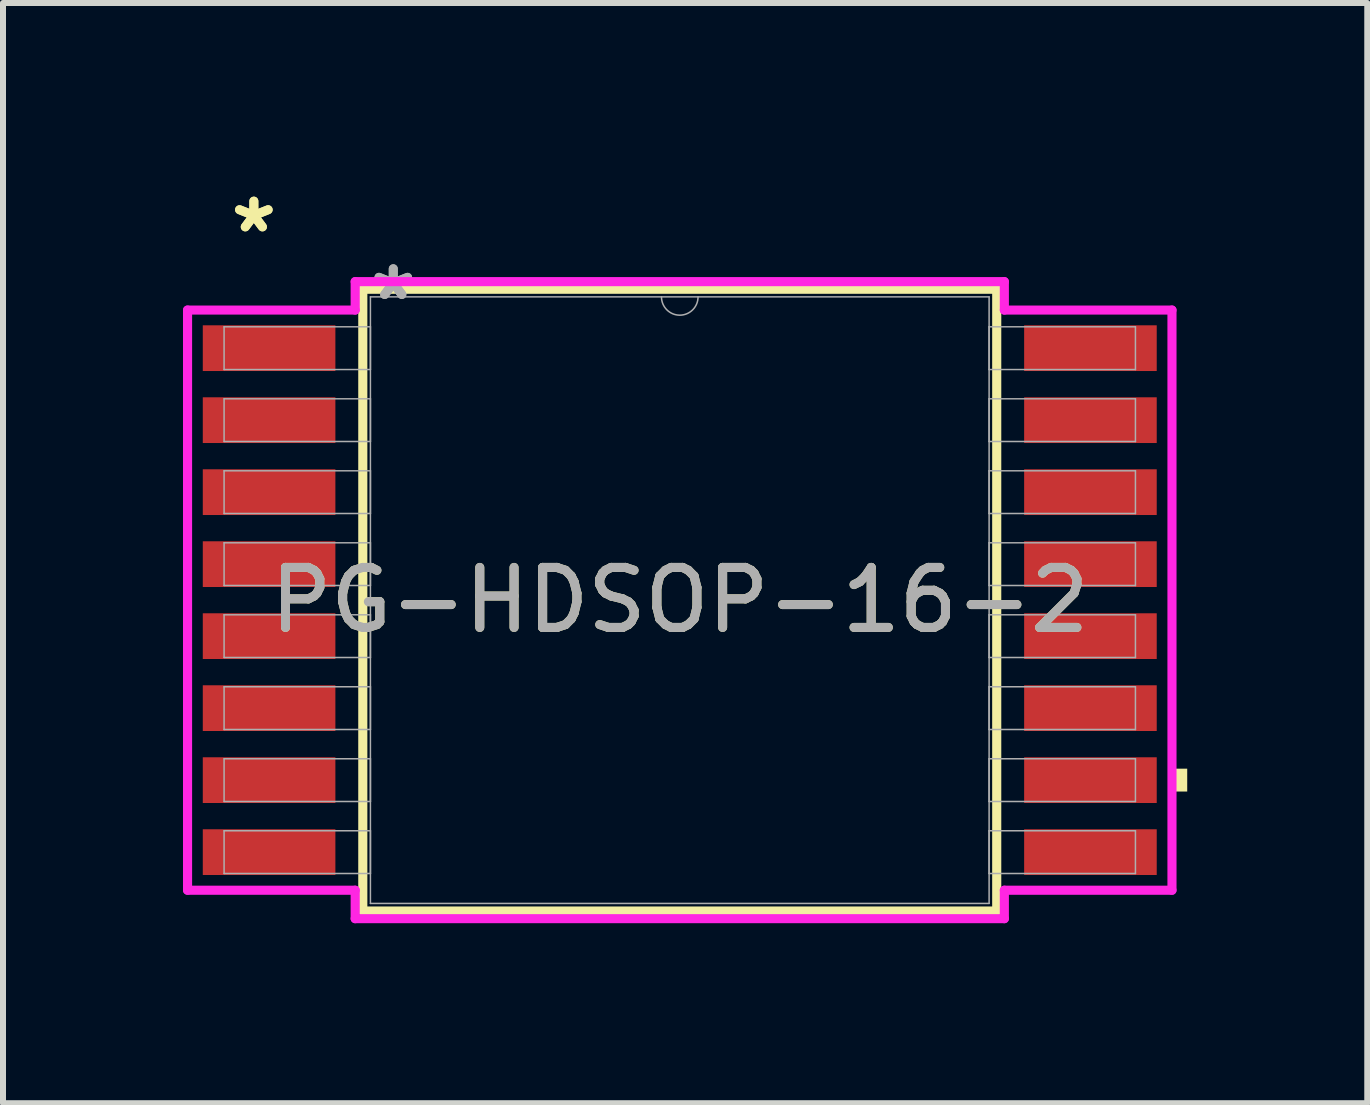
<source format=kicad_pcb>
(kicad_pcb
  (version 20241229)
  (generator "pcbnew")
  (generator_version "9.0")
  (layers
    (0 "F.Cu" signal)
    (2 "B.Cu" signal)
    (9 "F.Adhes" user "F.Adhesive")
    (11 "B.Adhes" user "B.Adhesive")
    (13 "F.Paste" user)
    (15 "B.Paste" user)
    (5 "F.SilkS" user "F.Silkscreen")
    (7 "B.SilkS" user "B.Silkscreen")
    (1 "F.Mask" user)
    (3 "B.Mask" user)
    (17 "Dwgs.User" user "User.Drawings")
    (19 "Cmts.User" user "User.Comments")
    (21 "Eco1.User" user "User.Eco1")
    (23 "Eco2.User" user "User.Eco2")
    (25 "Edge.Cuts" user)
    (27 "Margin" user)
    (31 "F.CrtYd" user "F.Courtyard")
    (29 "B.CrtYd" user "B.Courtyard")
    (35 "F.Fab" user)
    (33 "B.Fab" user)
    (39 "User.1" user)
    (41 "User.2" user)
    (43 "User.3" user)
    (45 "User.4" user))
  (footprint "PG-HDSOP-16-2"
    (layer "F.Cu")
    (at 8.28 6.953)
    (property "Reference" "PG-HDSOP-16-2" (at 0 0 0) (unlocked yes) (layer "F.SilkS") (effects (font (size 1 1) (thickness 0.15))))
    (attr smd)
    (fp_line (start -5.283 -5.182) (end -5.283 5.182) (stroke (width 0.152) (type solid)) (layer "F.SilkS"))
    (fp_line (start -5.283 5.182) (end 5.283 5.182) (stroke (width 0.152) (type solid)) (layer "F.SilkS"))
    (fp_line (start 5.283 -5.182) (end -5.283 -5.182) (stroke (width 0.152) (type solid)) (layer "F.SilkS"))
    (fp_line (start 5.283 5.182) (end 5.283 -5.182) (stroke (width 0.152) (type solid)) (layer "F.SilkS"))
    (fp_poly (pts (xy 8.458 2.809) (xy 8.458 3.19) (xy 8.204 3.19) (xy 8.204 2.809)) (stroke (width 0) (type solid)) (fill yes) (layer "F.SilkS"))
    (fp_line (start -8.204 -4.835) (end -5.41 -4.835) (stroke (width 0.152) (type solid)) (layer "F.CrtYd"))
    (fp_line (start -8.204 4.835) (end -8.204 -4.835) (stroke (width 0.152) (type solid)) (layer "F.CrtYd"))
    (fp_line (start -8.204 4.835) (end -5.41 4.835) (stroke (width 0.152) (type solid)) (layer "F.CrtYd"))
    (fp_line (start -5.41 -5.309) (end 5.41 -5.309) (stroke (width 0.152) (type solid)) (layer "F.CrtYd"))
    (fp_line (start -5.41 -4.835) (end -5.41 -5.309) (stroke (width 0.152) (type solid)) (layer "F.CrtYd"))
    (fp_line (start -5.41 5.309) (end -5.41 4.835) (stroke (width 0.152) (type solid)) (layer "F.CrtYd"))
    (fp_line (start 5.41 -5.309) (end 5.41 -4.835) (stroke (width 0.152) (type solid)) (layer "F.CrtYd"))
    (fp_line (start 5.41 4.835) (end 5.41 5.309) (stroke (width 0.152) (type solid)) (layer "F.CrtYd"))
    (fp_line (start 5.41 5.309) (end -5.41 5.309) (stroke (width 0.152) (type solid)) (layer "F.CrtYd"))
    (fp_line (start 8.204 -4.835) (end 5.41 -4.835) (stroke (width 0.152) (type solid)) (layer "F.CrtYd"))
    (fp_line (start 8.204 -4.835) (end 8.204 4.835) (stroke (width 0.152) (type solid)) (layer "F.CrtYd"))
    (fp_line (start 8.204 4.835) (end 5.41 4.835) (stroke (width 0.152) (type solid)) (layer "F.CrtYd"))
    (fp_line (start -7.595 -4.556) (end -7.595 -3.844) (stroke (width 0.025) (type solid)) (layer "F.Fab"))
    (fp_line (start -7.595 -3.844) (end -5.156 -3.844) (stroke (width 0.025) (type solid)) (layer "F.Fab"))
    (fp_line (start -7.595 -3.356) (end -7.595 -2.644) (stroke (width 0.025) (type solid)) (layer "F.Fab"))
    (fp_line (start -7.595 -2.644) (end -5.156 -2.644) (stroke (width 0.025) (type solid)) (layer "F.Fab"))
    (fp_line (start -7.595 -2.156) (end -7.595 -1.444) (stroke (width 0.025) (type solid)) (layer "F.Fab"))
    (fp_line (start -7.595 -1.444) (end -5.156 -1.444) (stroke (width 0.025) (type solid)) (layer "F.Fab"))
    (fp_line (start -7.595 -0.956) (end -7.595 -0.244) (stroke (width 0.025) (type solid)) (layer "F.Fab"))
    (fp_line (start -7.595 -0.244) (end -5.156 -0.244) (stroke (width 0.025) (type solid)) (layer "F.Fab"))
    (fp_line (start -7.595 0.244) (end -7.595 0.956) (stroke (width 0.025) (type solid)) (layer "F.Fab"))
    (fp_line (start -7.595 0.956) (end -5.156 0.956) (stroke (width 0.025) (type solid)) (layer "F.Fab"))
    (fp_line (start -7.595 1.444) (end -7.595 2.156) (stroke (width 0.025) (type solid)) (layer "F.Fab"))
    (fp_line (start -7.595 2.156) (end -5.156 2.156) (stroke (width 0.025) (type solid)) (layer "F.Fab"))
    (fp_line (start -7.595 2.644) (end -7.595 3.356) (stroke (width 0.025) (type solid)) (layer "F.Fab"))
    (fp_line (start -7.595 3.356) (end -5.156 3.356) (stroke (width 0.025) (type solid)) (layer "F.Fab"))
    (fp_line (start -7.595 3.844) (end -7.595 4.556) (stroke (width 0.025) (type solid)) (layer "F.Fab"))
    (fp_line (start -7.595 4.556) (end -5.156 4.556) (stroke (width 0.025) (type solid)) (layer "F.Fab"))
    (fp_line (start -5.156 -5.055) (end -5.156 5.055) (stroke (width 0.025) (type solid)) (layer "F.Fab"))
    (fp_line (start -5.156 -4.556) (end -7.595 -4.556) (stroke (width 0.025) (type solid)) (layer "F.Fab"))
    (fp_line (start -5.156 -3.844) (end -5.156 -4.556) (stroke (width 0.025) (type solid)) (layer "F.Fab"))
    (fp_line (start -5.156 -3.356) (end -7.595 -3.356) (stroke (width 0.025) (type solid)) (layer "F.Fab"))
    (fp_line (start -5.156 -2.644) (end -5.156 -3.356) (stroke (width 0.025) (type solid)) (layer "F.Fab"))
    (fp_line (start -5.156 -2.156) (end -7.595 -2.156) (stroke (width 0.025) (type solid)) (layer "F.Fab"))
    (fp_line (start -5.156 -1.444) (end -5.156 -2.156) (stroke (width 0.025) (type solid)) (layer "F.Fab"))
    (fp_line (start -5.156 -0.956) (end -7.595 -0.956) (stroke (width 0.025) (type solid)) (layer "F.Fab"))
    (fp_line (start -5.156 -0.244) (end -5.156 -0.956) (stroke (width 0.025) (type solid)) (layer "F.Fab"))
    (fp_line (start -5.156 0.244) (end -7.595 0.244) (stroke (width 0.025) (type solid)) (layer "F.Fab"))
    (fp_line (start -5.156 0.956) (end -5.156 0.244) (stroke (width 0.025) (type solid)) (layer "F.Fab"))
    (fp_line (start -5.156 1.444) (end -7.595 1.444) (stroke (width 0.025) (type solid)) (layer "F.Fab"))
    (fp_line (start -5.156 2.156) (end -5.156 1.444) (stroke (width 0.025) (type solid)) (layer "F.Fab"))
    (fp_line (start -5.156 2.644) (end -7.595 2.644) (stroke (width 0.025) (type solid)) (layer "F.Fab"))
    (fp_line (start -5.156 3.356) (end -5.156 2.644) (stroke (width 0.025) (type solid)) (layer "F.Fab"))
    (fp_line (start -5.156 3.844) (end -7.595 3.844) (stroke (width 0.025) (type solid)) (layer "F.Fab"))
    (fp_line (start -5.156 4.556) (end -5.156 3.844) (stroke (width 0.025) (type solid)) (layer "F.Fab"))
    (fp_line (start -5.156 5.055) (end 5.156 5.055) (stroke (width 0.025) (type solid)) (layer "F.Fab"))
    (fp_line (start 5.156 -5.055) (end -5.156 -5.055) (stroke (width 0.025) (type solid)) (layer "F.Fab"))
    (fp_line (start 5.156 -4.556) (end 5.156 -3.844) (stroke (width 0.025) (type solid)) (layer "F.Fab"))
    (fp_line (start 5.156 -3.844) (end 7.595 -3.844) (stroke (width 0.025) (type solid)) (layer "F.Fab"))
    (fp_line (start 5.156 -3.356) (end 5.156 -2.644) (stroke (width 0.025) (type solid)) (layer "F.Fab"))
    (fp_line (start 5.156 -2.644) (end 7.595 -2.644) (stroke (width 0.025) (type solid)) (layer "F.Fab"))
    (fp_line (start 5.156 -2.156) (end 5.156 -1.444) (stroke (width 0.025) (type solid)) (layer "F.Fab"))
    (fp_line (start 5.156 -1.444) (end 7.595 -1.444) (stroke (width 0.025) (type solid)) (layer "F.Fab"))
    (fp_line (start 5.156 -0.956) (end 5.156 -0.244) (stroke (width 0.025) (type solid)) (layer "F.Fab"))
    (fp_line (start 5.156 -0.244) (end 7.595 -0.244) (stroke (width 0.025) (type solid)) (layer "F.Fab"))
    (fp_line (start 5.156 0.244) (end 5.156 0.956) (stroke (width 0.025) (type solid)) (layer "F.Fab"))
    (fp_line (start 5.156 0.956) (end 7.595 0.956) (stroke (width 0.025) (type solid)) (layer "F.Fab"))
    (fp_line (start 5.156 1.444) (end 5.156 2.156) (stroke (width 0.025) (type solid)) (layer "F.Fab"))
    (fp_line (start 5.156 2.156) (end 7.595 2.156) (stroke (width 0.025) (type solid)) (layer "F.Fab"))
    (fp_line (start 5.156 2.644) (end 5.156 3.356) (stroke (width 0.025) (type solid)) (layer "F.Fab"))
    (fp_line (start 5.156 3.356) (end 7.595 3.356) (stroke (width 0.025) (type solid)) (layer "F.Fab"))
    (fp_line (start 5.156 3.844) (end 5.156 4.556) (stroke (width 0.025) (type solid)) (layer "F.Fab"))
    (fp_line (start 5.156 4.556) (end 7.595 4.556) (stroke (width 0.025) (type solid)) (layer "F.Fab"))
    (fp_line (start 5.156 5.055) (end 5.156 -5.055) (stroke (width 0.025) (type solid)) (layer "F.Fab"))
    (fp_line (start 7.595 -4.556) (end 5.156 -4.556) (stroke (width 0.025) (type solid)) (layer "F.Fab"))
    (fp_line (start 7.595 -3.844) (end 7.595 -4.556) (stroke (width 0.025) (type solid)) (layer "F.Fab"))
    (fp_line (start 7.595 -3.356) (end 5.156 -3.356) (stroke (width 0.025) (type solid)) (layer "F.Fab"))
    (fp_line (start 7.595 -2.644) (end 7.595 -3.356) (stroke (width 0.025) (type solid)) (layer "F.Fab"))
    (fp_line (start 7.595 -2.156) (end 5.156 -2.156) (stroke (width 0.025) (type solid)) (layer "F.Fab"))
    (fp_line (start 7.595 -1.444) (end 7.595 -2.156) (stroke (width 0.025) (type solid)) (layer "F.Fab"))
    (fp_line (start 7.595 -0.956) (end 5.156 -0.956) (stroke (width 0.025) (type solid)) (layer "F.Fab"))
    (fp_line (start 7.595 -0.244) (end 7.595 -0.956) (stroke (width 0.025) (type solid)) (layer "F.Fab"))
    (fp_line (start 7.595 0.244) (end 5.156 0.244) (stroke (width 0.025) (type solid)) (layer "F.Fab"))
    (fp_line (start 7.595 0.956) (end 7.595 0.244) (stroke (width 0.025) (type solid)) (layer "F.Fab"))
    (fp_line (start 7.595 1.444) (end 5.156 1.444) (stroke (width 0.025) (type solid)) (layer "F.Fab"))
    (fp_line (start 7.595 2.156) (end 7.595 1.444) (stroke (width 0.025) (type solid)) (layer "F.Fab"))
    (fp_line (start 7.595 2.644) (end 5.156 2.644) (stroke (width 0.025) (type solid)) (layer "F.Fab"))
    (fp_line (start 7.595 3.356) (end 7.595 2.644) (stroke (width 0.025) (type solid)) (layer "F.Fab"))
    (fp_line (start 7.595 3.844) (end 5.156 3.844) (stroke (width 0.025) (type solid)) (layer "F.Fab"))
    (fp_line (start 7.595 4.556) (end 7.595 3.844) (stroke (width 0.025) (type solid)) (layer "F.Fab"))
    (fp_arc (start 0.3048 -5.0546) (mid 0 -4.7498) (end -0.3048 -5.0546) (stroke (width 0.0254) (type solid)) (layer "F.Fab"))
    (fp_text user "*" (at -7.099 -6.105 0) (unlocked yes) (layer "F.SilkS") (effects (font (size 1 1) (thickness 0.15))))
    (fp_text user "*" (at -7.099 -6.105 0) (layer "F.SilkS") (effects (font (size 1 1) (thickness 0.15))))
    (fp_text user "*" (at -4.775 -4.978 0) (unlocked yes) (layer "F.Fab") (effects (font (size 1 1) (thickness 0.15))))
    (fp_text user "${REFERENCE}" (at 0 0 0) (unlocked yes) (layer "F.Fab") (effects (font (size 1 1) (thickness 0.15))))
    (fp_text user "*" (at -4.775 -4.978 0) (layer "F.Fab") (effects (font (size 1 1) (thickness 0.15))))
    (pad "1" smd rect (at -6.845 -4.2) (size 2.21 0.762) (layers "F.Cu" "F.Mask" "F.Paste"))
    (pad "2" smd rect (at -6.845 -3) (size 2.21 0.762) (layers "F.Cu" "F.Mask" "F.Paste"))
    (pad "3" smd rect (at -6.845 -1.8) (size 2.21 0.762) (layers "F.Cu" "F.Mask" "F.Paste"))
    (pad "4" smd rect (at -6.845 -0.6) (size 2.21 0.762) (layers "F.Cu" "F.Mask" "F.Paste"))
    (pad "5" smd rect (at -6.845 0.6) (size 2.21 0.762) (layers "F.Cu" "F.Mask" "F.Paste"))
    (pad "6" smd rect (at -6.845 1.8) (size 2.21 0.762) (layers "F.Cu" "F.Mask" "F.Paste"))
    (pad "7" smd rect (at -6.845 3) (size 2.21 0.762) (layers "F.Cu" "F.Mask" "F.Paste"))
    (pad "8" smd rect (at -6.845 4.2) (size 2.21 0.762) (layers "F.Cu" "F.Mask" "F.Paste"))
    (pad "9" smd rect (at 6.845 4.2) (size 2.21 0.762) (layers "F.Cu" "F.Mask" "F.Paste"))
    (pad "10" smd rect (at 6.845 3) (size 2.21 0.762) (layers "F.Cu" "F.Mask" "F.Paste"))
    (pad "11" smd rect (at 6.845 1.8) (size 2.21 0.762) (layers "F.Cu" "F.Mask" "F.Paste"))
    (pad "12" smd rect (at 6.845 0.6) (size 2.21 0.762) (layers "F.Cu" "F.Mask" "F.Paste"))
    (pad "13" smd rect (at 6.845 -0.6) (size 2.21 0.762) (layers "F.Cu" "F.Mask" "F.Paste"))
    (pad "14" smd rect (at 6.845 -1.8) (size 2.21 0.762) (layers "F.Cu" "F.Mask" "F.Paste"))
    (pad "15" smd rect (at 6.845 -3) (size 2.21 0.762) (layers "F.Cu" "F.Mask" "F.Paste"))
    (pad "16" smd rect (at 6.845 -4.2) (size 2.21 0.762) (layers "F.Cu" "F.Mask" "F.Paste")))
  (gr_rect
    (start -3 -3)
    (end 19.739 15.338)
    (stroke (width 0.1) (type default))
    (fill no)
    (layer "Edge.Cuts")))
</source>
